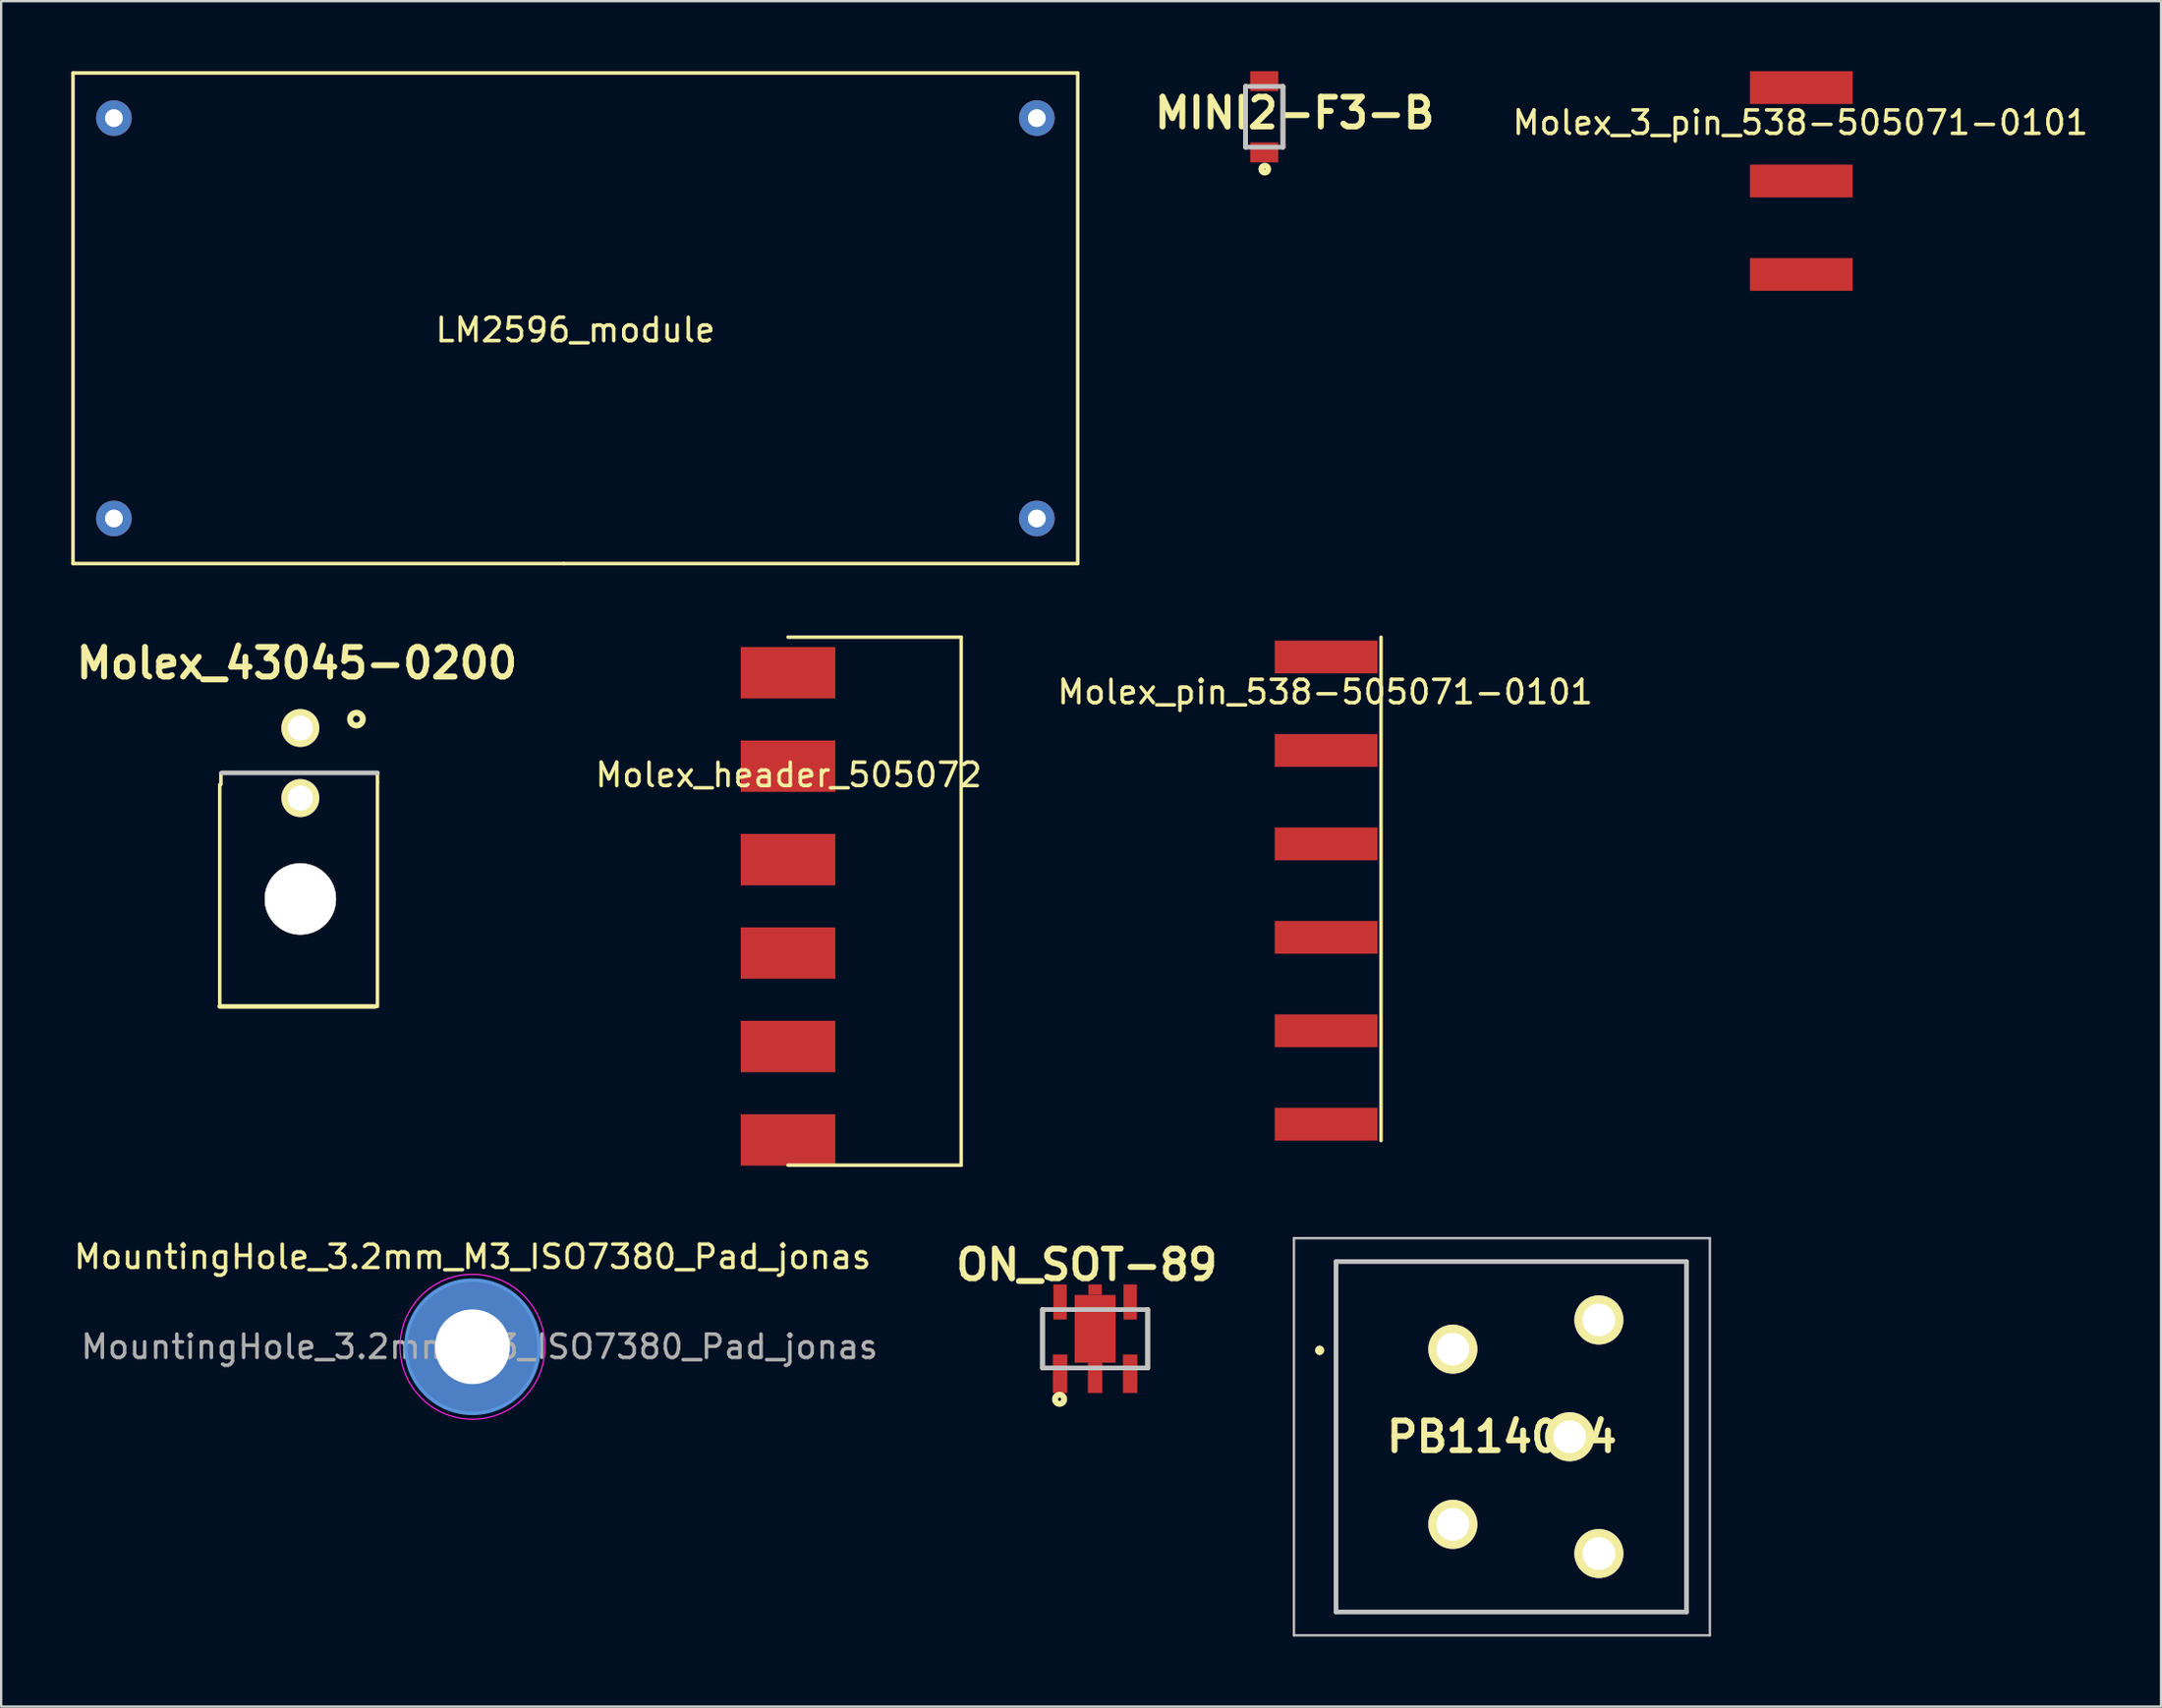
<source format=kicad_pcb>
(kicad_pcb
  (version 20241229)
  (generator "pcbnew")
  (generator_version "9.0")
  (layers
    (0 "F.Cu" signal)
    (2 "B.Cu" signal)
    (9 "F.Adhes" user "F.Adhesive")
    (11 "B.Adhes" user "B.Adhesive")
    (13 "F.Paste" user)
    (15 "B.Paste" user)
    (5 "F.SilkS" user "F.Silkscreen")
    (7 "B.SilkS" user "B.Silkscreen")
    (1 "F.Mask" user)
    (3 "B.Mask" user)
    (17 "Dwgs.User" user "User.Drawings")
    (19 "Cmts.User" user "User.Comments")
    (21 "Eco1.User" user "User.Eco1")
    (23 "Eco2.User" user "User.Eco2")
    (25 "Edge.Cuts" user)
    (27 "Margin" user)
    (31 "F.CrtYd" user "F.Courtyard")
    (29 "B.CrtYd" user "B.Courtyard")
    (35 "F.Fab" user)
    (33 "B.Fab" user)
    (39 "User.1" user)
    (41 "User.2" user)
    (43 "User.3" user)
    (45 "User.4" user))
  (footprint "MINI2-F3-B"
    (layer "F.Cu")
    (at 51.06 1.95)
    (property "Reference" "MINI2-F3-B" (at 1.301 -0.162 0) (layer "F.SilkS") (effects (font (size 1.27 1.27) (thickness 0.254))))
    (attr smd)
    (fp_line (start -0.8 -1.3) (end -0.8 1.3) (stroke (width 0.2) (type solid)) (layer "F.SilkS"))
    (fp_line (start 0.8 -1.3) (end 0.8 1.3) (stroke (width 0.2) (type solid)) (layer "F.SilkS"))
    (fp_circle (center 0.02 2.241) (end -0.001 2.241) (stroke (width 0.254) (type solid)) (fill no) (layer "F.SilkS"))
    (fp_line (start -0.8 -1.3) (end 0.8 -1.3) (stroke (width 0.2) (type solid)) (layer "Dwgs.User"))
    (fp_line (start -0.8 1.3) (end -0.8 -1.3) (stroke (width 0.2) (type solid)) (layer "Dwgs.User"))
    (fp_line (start 0.8 -1.3) (end 0.8 1.3) (stroke (width 0.2) (type solid)) (layer "Dwgs.User"))
    (fp_line (start 0.8 1.3) (end -0.8 1.3) (stroke (width 0.2) (type solid)) (layer "Dwgs.User"))
    (pad "1" smd rect (at 0 1.525 90) (size 0.85 1.2) (layers "F.Cu" "F.Mask" "F.Paste"))
    (pad "2" smd rect (at 0 -1.525 90) (size 0.85 1.2) (layers "F.Cu" "F.Mask" "F.Paste")))
  (footprint "LM2596_module"
    (layer "F.Cu")
    (at 21.575 10.575)
    (property "Reference" "LM2596_module" (at 0 0.5 0) (layer "F.SilkS") (effects (font (size 1 1) (thickness 0.15))))
    (attr through_hole)
    (fp_line (start -21.5 -10.5) (end -21.5 10.5) (stroke (width 0.15) (type solid)) (layer "F.SilkS"))
    (fp_line (start -21.5 10.5) (end -0.5 10.5) (stroke (width 0.15) (type solid)) (layer "F.SilkS"))
    (fp_line (start -0.5 10.5) (end 21.5 10.5) (stroke (width 0.15) (type solid)) (layer "F.SilkS"))
    (fp_line (start 21.5 -10.5) (end -21.5 -10.5) (stroke (width 0.15) (type solid)) (layer "F.SilkS"))
    (fp_line (start 21.5 10.5) (end 21.5 -10.5) (stroke (width 0.15) (type solid)) (layer "F.SilkS"))
    (pad "1" thru_hole circle (at -19.75 -8.57) (size 1.524 1.524) (drill 0.762) (layers "*.Cu" "*.Mask"))
    (pad "2" thru_hole circle (at -19.75 8.57) (size 1.524 1.524) (drill 0.762) (layers "*.Cu" "*.Mask"))
    (pad "3" thru_hole circle (at 19.75 8.57) (size 1.524 1.524) (drill 0.762) (layers "*.Cu" "*.Mask"))
    (pad "4" thru_hole circle (at 19.75 -8.57) (size 1.524 1.524) (drill 0.762) (layers "*.Cu" "*.Mask")))
  (footprint "Molex_3_pin_538-505071-0101"
    (layer "F.Cu")
    (at 74.046 0.7)
    (property "Reference" "Molex_3_pin_538-505071-0101" (at -0.04 1.5 0) (layer "F.SilkS") (effects (font (size 1 1) (thickness 0.15))))
    (attr through_hole)
    (pad "1" smd rect (at 0 0) (size 4.4 1.4) (layers "F.Cu" "F.Mask" "F.Paste"))
    (pad "2" smd rect (at 0 4) (size 4.4 1.4) (layers "F.Cu" "F.Mask" "F.Paste"))
    (pad "3" smd rect (at 0 8) (size 4.4 1.4) (layers "F.Cu" "F.Mask" "F.Paste")))
  (footprint "MountingHole_3.2mm_M3_ISO7380_Pad_jonas"
    (layer "F.Cu")
    (at 17.173 54.604)
    (property "Reference" "MountingHole_3.2mm_M3_ISO7380_Pad_jonas" (at 0 -3.85 0) (layer "F.SilkS") (effects (font (size 1 1) (thickness 0.15))))
    (attr exclude_from_pos_files exclude_from_bom)
    (fp_circle (center 0 0) (end 2.85 0) (stroke (width 0.15) (type solid)) (fill no) (layer "Cmts.User"))
    (fp_circle (center 0 0) (end 3.1 0) (stroke (width 0.05) (type solid)) (fill no) (layer "F.CrtYd"))
    (fp_text user "${REFERENCE}" (at 0.3 0 0) (layer "F.Fab") (effects (font (size 1 1) (thickness 0.15))))
    (pad "1" thru_hole circle (at 0 0) (size 5.7 5.7) (drill 3.2) (layers "*.Mask" "F.Cu")))
  (footprint "Molex_43045-0200"
    (layer "F.Cu")
    (at 9.805 35.435)
    (property "Reference" "Molex_43045-0200" (at -0.147 -10.096 0) (layer "F.SilkS") (effects (font (size 1.27 1.27) (thickness 0.254))))
    (attr through_hole)
    (fp_line (start -3.45 4.6) (end -3.45 -4.9) (stroke (width 0.15) (type solid)) (layer "F.SilkS"))
    (fp_line (start -3.45 4.6) (end 3.2 4.6) (stroke (width 0.2) (type solid)) (layer "F.SilkS"))
    (fp_line (start -3.4 -5.4) (end -3.4 -4.9) (stroke (width 0.15) (type solid)) (layer "F.SilkS"))
    (fp_line (start 3.3 -5) (end 3.3 -5.4) (stroke (width 0.15) (type solid)) (layer "F.SilkS"))
    (fp_line (start 3.3 4.6) (end 3.3 -5) (stroke (width 0.15) (type solid)) (layer "F.SilkS"))
    (fp_circle (center 2.4 -7.7) (end 2.126 -7.7) (stroke (width 0.254) (type solid)) (fill no) (layer "F.SilkS"))
    (fp_line (start 3.3 -5.4) (end -3.35 -5.4) (stroke (width 0.2) (type solid)) (layer "Dwgs.User"))
    (pad "1" thru_hole circle (at 0 -4.32 90) (size 1.62 1.62) (drill 1.07) (layers "*.Cu" "*.Mask" "F.SilkS"))
    (pad "2" thru_hole circle (at 0 -7.32 90) (size 1.62 1.62) (drill 1.07) (layers "*.Cu" "*.Mask" "F.SilkS"))
    (pad "3" thru_hole circle (at 0 0 90) (size 3.05 3.05) (drill 3.05) (layers "*.Cu" "*.Mask" "F.SilkS")))
  (footprint "ON_SOT-89"
    (layer "F.Cu")
    (at 43.82 54.26)
    (property "Reference" "ON_SOT-89" (at -0.357 -3.165 0) (layer "F.SilkS") (effects (font (size 1.27 1.27) (thickness 0.254))))
    (attr smd)
    (fp_line (start -2.25 1.25) (end -2.25 -1.25) (stroke (width 0.2) (type solid)) (layer "F.SilkS"))
    (fp_line (start 2.25 -1.25) (end 2.25 1.25) (stroke (width 0.2) (type solid)) (layer "F.SilkS"))
    (fp_circle (center -1.521 2.592) (end -1.59 2.592) (stroke (width 0.254) (type solid)) (fill no) (layer "F.SilkS"))
    (fp_line (start -2.25 -1.25) (end 2.25 -1.25) (stroke (width 0.2) (type solid)) (layer "Dwgs.User"))
    (fp_line (start -2.25 1.25) (end -2.25 -1.25) (stroke (width 0.2) (type solid)) (layer "Dwgs.User"))
    (fp_line (start 2.25 -1.25) (end 2.25 1.25) (stroke (width 0.2) (type solid)) (layer "Dwgs.User"))
    (fp_line (start 2.25 1.25) (end -2.25 1.25) (stroke (width 0.2) (type solid)) (layer "Dwgs.User"))
    (pad "1" smd rect (at -1.5 1.5) (size 0.62 1.65) (layers "F.Cu" "F.Mask" "F.Paste"))
    (pad "2" smd rect (at 0 1.675) (size 0.62 1.3) (layers "F.Cu" "F.Mask" "F.Paste"))
    (pad "3" smd rect (at 1.5 1.5) (size 0.62 1.65) (layers "F.Cu" "F.Mask" "F.Paste"))
    (pad "4" smd rect (at 1.5 -1.575) (size 0.57 1.5) (layers "F.Cu" "F.Mask" "F.Paste"))
    (pad "5" smd rect (at -1.5 -1.575) (size 0.57 1.5) (layers "F.Cu" "F.Mask" "F.Paste"))
    (pad "6" smd rect (at 0 -0.425) (size 1.75 2.9) (layers "F.Cu" "F.Mask" "F.Paste"))
    (pad "7" smd rect (at 0 -2.1 90) (size 0.45 0.57) (layers "F.Cu" "F.Mask" "F.Paste")))
  (footprint "PB114024"
    (layer "F.Cu")
    (at 54.131 58.456)
    (property "Reference" "PB114024" (at 7.1 0 0) (layer "F.SilkS") (effects (font (size 1.27 1.27) (thickness 0.254))))
    (attr through_hole)
    (fp_line (start -0.7 -3.8) (end -0.7 -3.8) (stroke (width 0.2) (type solid)) (layer "F.SilkS"))
    (fp_line (start -0.7 -3.6) (end -0.7 -3.6) (stroke (width 0.2) (type solid)) (layer "F.SilkS"))
    (fp_line (start 0 -7.5) (end 15 -7.5) (stroke (width 0.1) (type solid)) (layer "F.SilkS"))
    (fp_line (start 0 7.5) (end 0 -7.5) (stroke (width 0.1) (type solid)) (layer "F.SilkS"))
    (fp_line (start 15 -7.5) (end 15 7.5) (stroke (width 0.1) (type solid)) (layer "F.SilkS"))
    (fp_line (start 15 7.5) (end 0 7.5) (stroke (width 0.1) (type solid)) (layer "F.SilkS"))
    (fp_arc (start -0.7 -3.8) (mid -0.6 -3.7) (end -0.7 -3.6) (stroke (width 0.2) (type solid)) (layer "F.SilkS"))
    (fp_arc (start -0.7 -3.6) (mid -0.8 -3.7) (end -0.7 -3.8) (stroke (width 0.2) (type solid)) (layer "F.SilkS"))
    (fp_line (start -1.8 -8.5) (end 16 -8.5) (stroke (width 0.1) (type solid)) (layer "Dwgs.User"))
    (fp_line (start -1.8 8.5) (end -1.8 -8.5) (stroke (width 0.1) (type solid)) (layer "Dwgs.User"))
    (fp_line (start 0 -7.5) (end 15 -7.5) (stroke (width 0.2) (type solid)) (layer "Dwgs.User"))
    (fp_line (start 0 7.5) (end 0 -7.5) (stroke (width 0.2) (type solid)) (layer "Dwgs.User"))
    (fp_line (start 15 -7.5) (end 15 7.5) (stroke (width 0.2) (type solid)) (layer "Dwgs.User"))
    (fp_line (start 15 7.5) (end 0 7.5) (stroke (width 0.2) (type solid)) (layer "Dwgs.User"))
    (fp_line (start 16 -8.5) (end 16 8.5) (stroke (width 0.1) (type solid)) (layer "Dwgs.User"))
    (fp_line (start 16 8.5) (end -1.8 8.5) (stroke (width 0.1) (type solid)) (layer "Dwgs.User"))
    (pad "11" thru_hole circle (at 11.25 -5 90) (size 2.1 2.1) (drill 1.4) (layers "*.Cu" "*.Mask" "F.SilkS"))
    (pad "12" thru_hole circle (at 10 0 90) (size 2.1 2.1) (drill 1.4) (layers "*.Cu" "*.Mask" "F.SilkS"))
    (pad "14" thru_hole circle (at 11.25 5 90) (size 2.1 2.1) (drill 1.4) (layers "*.Cu" "*.Mask" "F.SilkS"))
    (pad "A1" thru_hole circle (at 5 -3.75 90) (size 2.1 2.1) (drill 1.4) (layers "*.Cu" "*.Mask" "F.SilkS"))
    (pad "A2" thru_hole circle (at 5 3.75 90) (size 2.1 2.1) (drill 1.4) (layers "*.Cu" "*.Mask" "F.SilkS")))
  (footprint "Molex_header_505072"
    (layer "F.Cu")
    (at 30.678 25.749)
    (property "Reference" "Molex_header_505072" (at 0.025 4.375 0) (layer "F.SilkS") (effects (font (size 1 1) (thickness 0.15))))
    (attr through_hole)
    (fp_line (start 0 21.082) (end 7.41 21.082) (stroke (width 0.15) (type solid)) (layer "F.SilkS"))
    (fp_line (start 7.41 -1.524) (end 0 -1.524) (stroke (width 0.15) (type solid)) (layer "F.SilkS"))
    (fp_line (start 7.41 21.082) (end 7.41 -1.524) (stroke (width 0.15) (type solid)) (layer "F.SilkS"))
    (pad "1" smd rect (at 0 0) (size 4.05 2.2) (layers "F.Cu" "F.Mask" "F.Paste"))
    (pad "2" smd rect (at 0 4) (size 4.05 2.2) (layers "F.Cu" "F.Mask" "F.Paste"))
    (pad "3" smd rect (at 0 8) (size 4.05 2.2) (layers "F.Cu" "F.Mask" "F.Paste"))
    (pad "4" smd rect (at 0 12) (size 4.05 2.2) (layers "F.Cu" "F.Mask" "F.Paste"))
    (pad "5" smd rect (at 0 16) (size 4.05 2.2) (layers "F.Cu" "F.Mask" "F.Paste"))
    (pad "6" smd rect (at 0 20) (size 4.05 2.2) (layers "F.Cu" "F.Mask" "F.Paste")))
  (footprint "Molex_pin_538-505071-0101"
    (layer "F.Cu")
    (at 53.707 25.075)
    (property "Reference" "Molex_pin_538-505071-0101" (at -0.04 1.5 0) (layer "F.SilkS") (effects (font (size 1 1) (thickness 0.15))))
    (attr through_hole)
    (fp_line (start 2.35 20.7) (end 2.35 -0.85) (stroke (width 0.15) (type solid)) (layer "F.SilkS"))
    (pad "1" smd rect (at 0 0) (size 4.4 1.4) (layers "F.Cu" "F.Mask" "F.Paste"))
    (pad "2" smd rect (at 0 4) (size 4.4 1.4) (layers "F.Cu" "F.Mask" "F.Paste"))
    (pad "3" smd rect (at 0 8) (size 4.4 1.4) (layers "F.Cu" "F.Mask" "F.Paste"))
    (pad "4" smd rect (at 0 12) (size 4.4 1.4) (layers "F.Cu" "F.Mask" "F.Paste"))
    (pad "5" smd rect (at 0 16) (size 4.4 1.4) (layers "F.Cu" "F.Mask" "F.Paste"))
    (pad "6" smd rect (at 0 20) (size 4.4 1.4) (layers "F.Cu" "F.Mask" "F.Paste")))
  (gr_rect
    (start -3 -3)
    (end 89.441 70.006)
    (stroke (width 0.1) (type default))
    (fill no)
    (layer "Edge.Cuts")))
</source>
